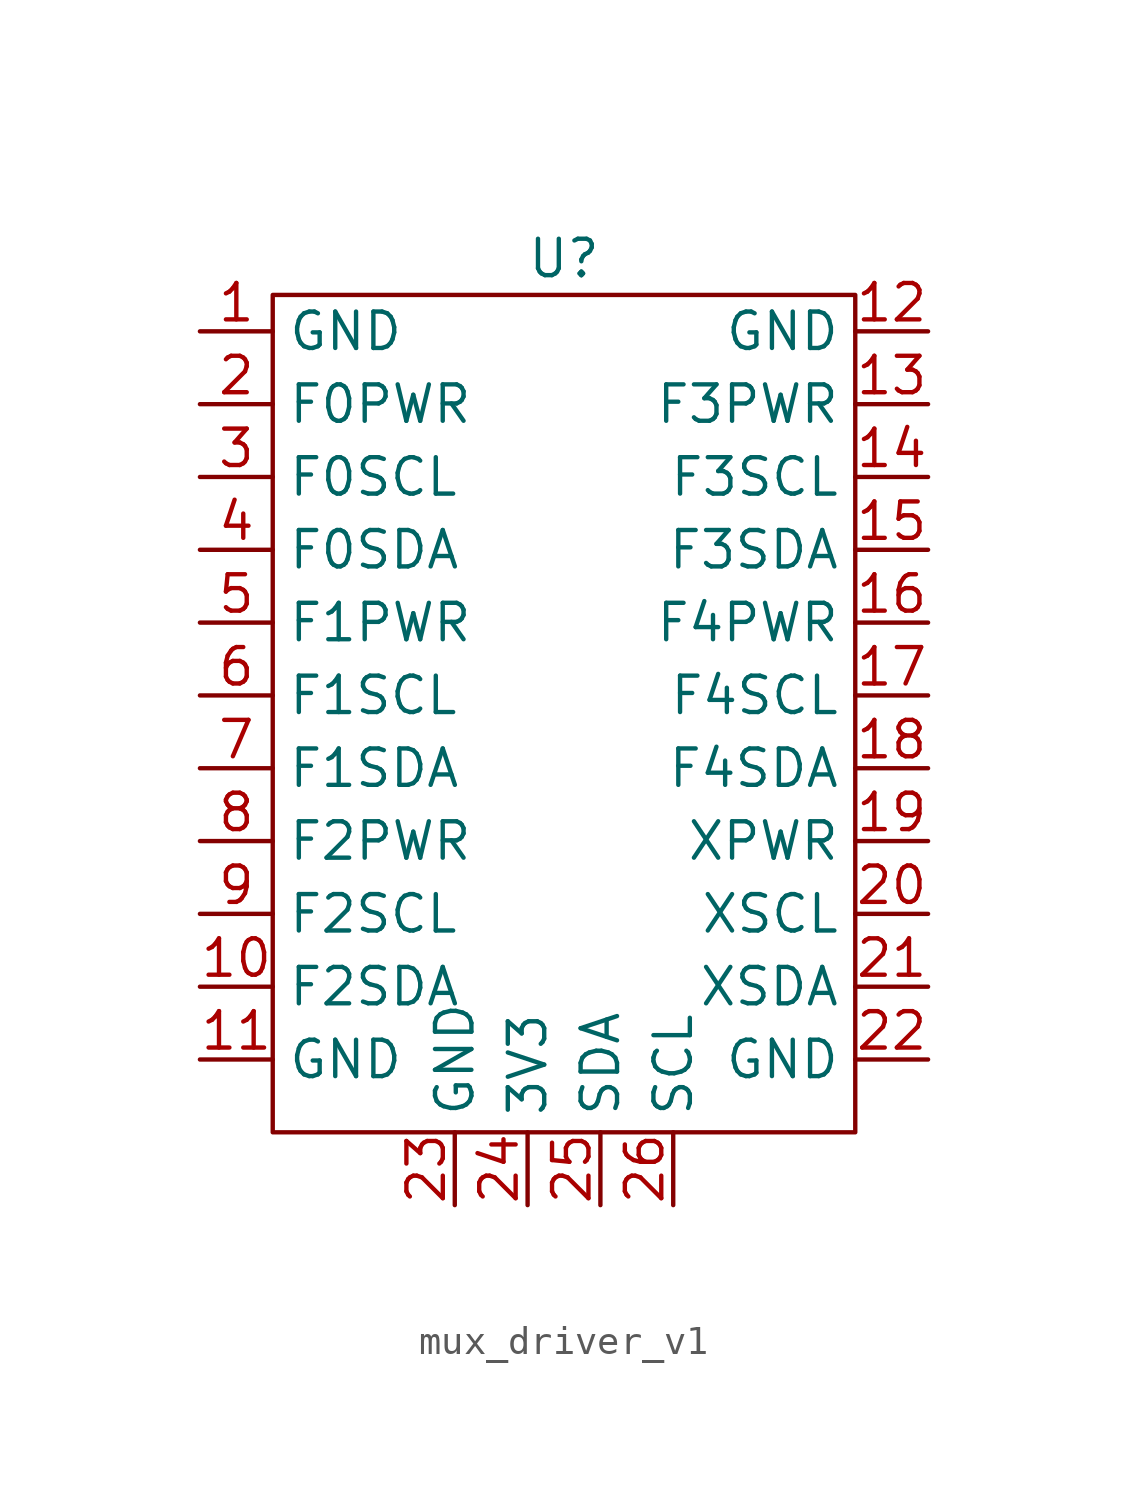
<source format=kicad_sym>
(kicad_symbol_lib
  (version 20220914)
  (generator kicad_symbol_editor)
  (symbol "mux_driver_v1"
    (property "Reference" "U"
      (at 0 15.24 0)
      (effects (font (size 1.27 1.27))))
    (property "Value" ""
      (at -6.35 16.51 0)
      (effects (font (size 1.27 1.27))))
    (symbol "mux_driver_v1_0_0"
      (text "" (at -6.35 -11.43 0) (effects (font (size 1.27 1.27))))
      (text "" (at 6.35 -11.43 0) (effects (font (size 1.27 1.27)))))
    (symbol "mux_driver_v1_1_1"
      (rectangle (start -10.16 13.97) (end 10.16 -15.24) (stroke (width 0) (type default)) (fill (type none)))
      (pin input line (at -12.7 12.7 0) (length 2.54) (name "GND" (effects (font (size 1.27 1.27)))) (number "1" (effects (font (size 1.27 1.27)))))
      (pin input line (at -12.7 -10.16 0) (length 2.54) (name "F2SDA" (effects (font (size 1.27 1.27)))) (number "10" (effects (font (size 1.27 1.27)))))
      (pin input line (at -12.7 -12.7 0) (length 2.54) (name "GND" (effects (font (size 1.27 1.27)))) (number "11" (effects (font (size 1.27 1.27)))))
      (pin input line (at 12.7 12.7 180) (length 2.54) (name "GND" (effects (font (size 1.27 1.27)))) (number "12" (effects (font (size 1.27 1.27)))))
      (pin input line (at 12.7 10.16 180) (length 2.54) (name "F3PWR" (effects (font (size 1.27 1.27)))) (number "13" (effects (font (size 1.27 1.27)))))
      (pin input line (at 12.7 7.62 180) (length 2.54) (name "F3SCL" (effects (font (size 1.27 1.27)))) (number "14" (effects (font (size 1.27 1.27)))))
      (pin input line (at 12.7 5.08 180) (length 2.54) (name "F3SDA" (effects (font (size 1.27 1.27)))) (number "15" (effects (font (size 1.27 1.27)))))
      (pin input line (at 12.7 2.54 180) (length 2.54) (name "F4PWR" (effects (font (size 1.27 1.27)))) (number "16" (effects (font (size 1.27 1.27)))))
      (pin input line (at 12.7 0 180) (length 2.54) (name "F4SCL" (effects (font (size 1.27 1.27)))) (number "17" (effects (font (size 1.27 1.27)))))
      (pin input line (at 12.7 -2.54 180) (length 2.54) (name "F4SDA" (effects (font (size 1.27 1.27)))) (number "18" (effects (font (size 1.27 1.27)))))
      (pin input line (at 12.7 -5.08 180) (length 2.54) (name "XPWR" (effects (font (size 1.27 1.27)))) (number "19" (effects (font (size 1.27 1.27)))))
      (pin input line (at -12.7 10.16 0) (length 2.54) (name "F0PWR" (effects (font (size 1.27 1.27)))) (number "2" (effects (font (size 1.27 1.27)))))
      (pin input line (at 12.7 -7.62 180) (length 2.54) (name "XSCL" (effects (font (size 1.27 1.27)))) (number "20" (effects (font (size 1.27 1.27)))))
      (pin input line (at 12.7 -10.16 180) (length 2.54) (name "XSDA" (effects (font (size 1.27 1.27)))) (number "21" (effects (font (size 1.27 1.27)))))
      (pin input line (at 12.7 -12.7 180) (length 2.54) (name "GND" (effects (font (size 1.27 1.27)))) (number "22" (effects (font (size 1.27 1.27)))))
      (pin input line (at -3.81 -17.78 90) (length 2.54) (name "GND" (effects (font (size 1.27 1.27)))) (number "23" (effects (font (size 1.27 1.27)))))
      (pin input line (at -1.27 -17.78 90) (length 2.54) (name "3V3" (effects (font (size 1.27 1.27)))) (number "24" (effects (font (size 1.27 1.27)))))
      (pin input line (at 1.27 -17.78 90) (length 2.54) (name "SDA" (effects (font (size 1.27 1.27)))) (number "25" (effects (font (size 1.27 1.27)))))
      (pin input line (at 3.81 -17.78 90) (length 2.54) (name "SCL" (effects (font (size 1.27 1.27)))) (number "26" (effects (font (size 1.27 1.27)))))
      (pin input line (at -12.7 7.62 0) (length 2.54) (name "F0SCL" (effects (font (size 1.27 1.27)))) (number "3" (effects (font (size 1.27 1.27)))))
      (pin input line (at -12.7 5.08 0) (length 2.54) (name "F0SDA" (effects (font (size 1.27 1.27)))) (number "4" (effects (font (size 1.27 1.27)))))
      (pin input line (at -12.7 2.54 0) (length 2.54) (name "F1PWR" (effects (font (size 1.27 1.27)))) (number "5" (effects (font (size 1.27 1.27)))))
      (pin input line (at -12.7 0 0) (length 2.54) (name "F1SCL" (effects (font (size 1.27 1.27)))) (number "6" (effects (font (size 1.27 1.27)))))
      (pin input line (at -12.7 -2.54 0) (length 2.54) (name "F1SDA" (effects (font (size 1.27 1.27)))) (number "7" (effects (font (size 1.27 1.27)))))
      (pin input line (at -12.7 -5.08 0) (length 2.54) (name "F2PWR" (effects (font (size 1.27 1.27)))) (number "8" (effects (font (size 1.27 1.27)))))
      (pin input line (at -12.7 -7.62 0) (length 2.54) (name "F2SCL" (effects (font (size 1.27 1.27)))) (number "9" (effects (font (size 1.27 1.27))))))))
</source>
